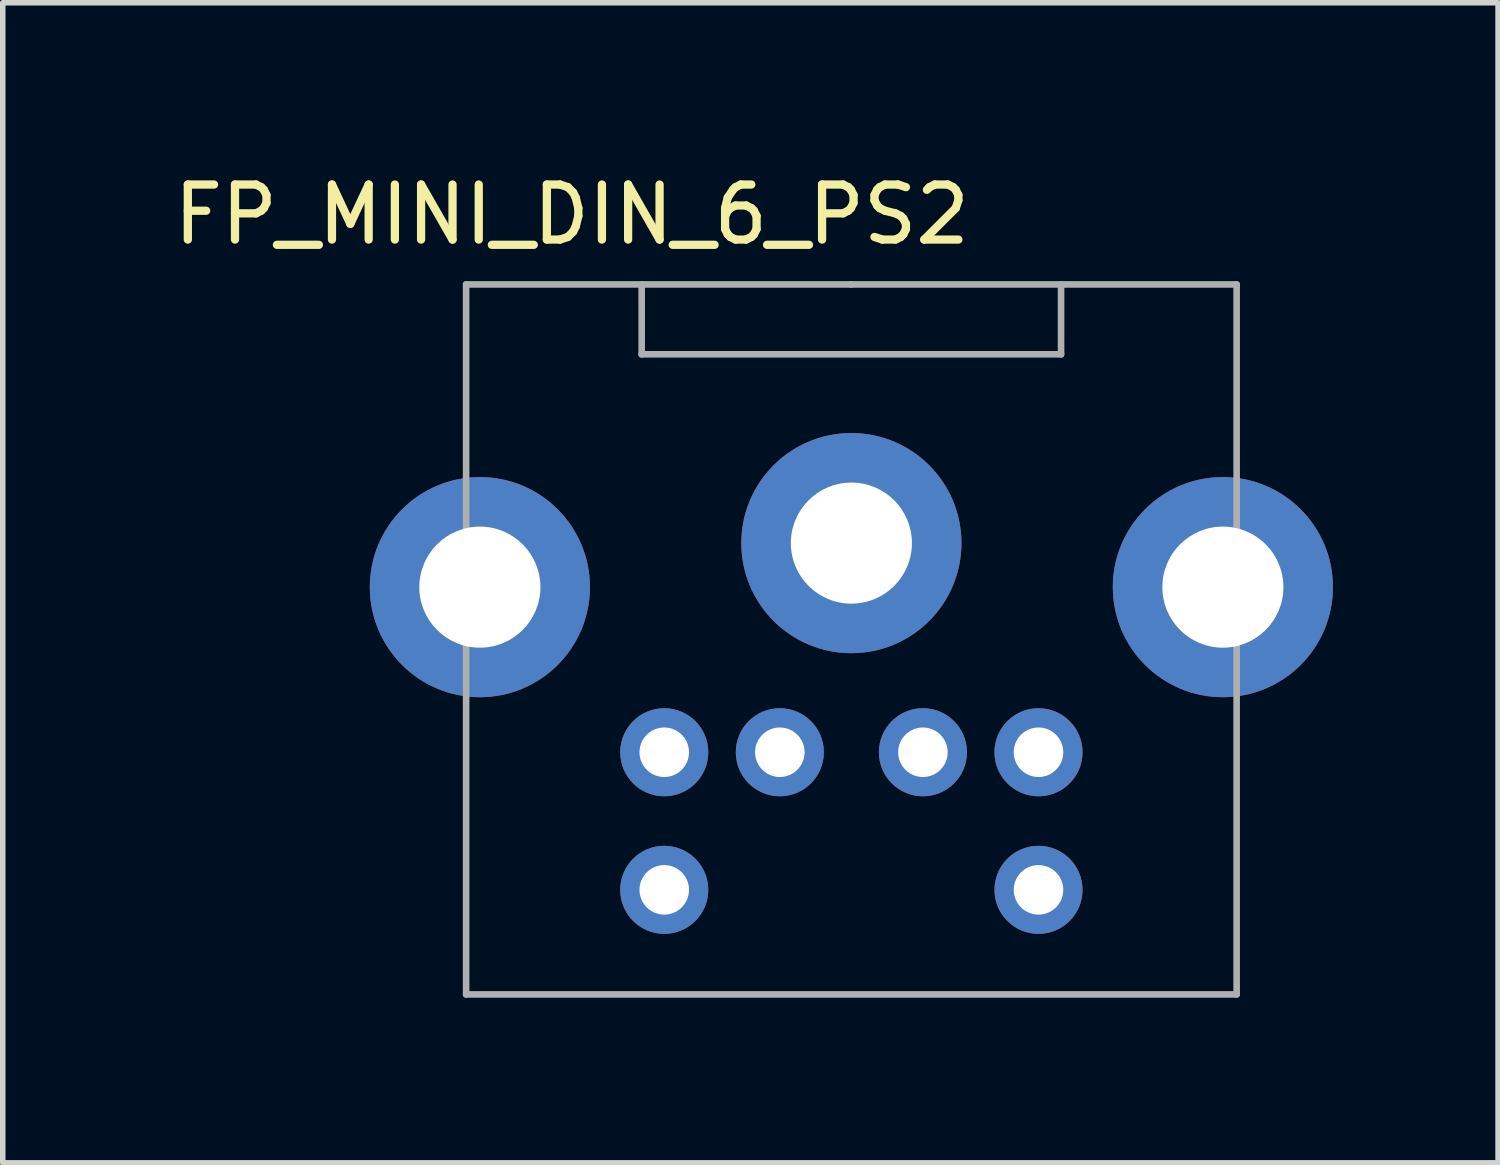
<source format=kicad_pcb>
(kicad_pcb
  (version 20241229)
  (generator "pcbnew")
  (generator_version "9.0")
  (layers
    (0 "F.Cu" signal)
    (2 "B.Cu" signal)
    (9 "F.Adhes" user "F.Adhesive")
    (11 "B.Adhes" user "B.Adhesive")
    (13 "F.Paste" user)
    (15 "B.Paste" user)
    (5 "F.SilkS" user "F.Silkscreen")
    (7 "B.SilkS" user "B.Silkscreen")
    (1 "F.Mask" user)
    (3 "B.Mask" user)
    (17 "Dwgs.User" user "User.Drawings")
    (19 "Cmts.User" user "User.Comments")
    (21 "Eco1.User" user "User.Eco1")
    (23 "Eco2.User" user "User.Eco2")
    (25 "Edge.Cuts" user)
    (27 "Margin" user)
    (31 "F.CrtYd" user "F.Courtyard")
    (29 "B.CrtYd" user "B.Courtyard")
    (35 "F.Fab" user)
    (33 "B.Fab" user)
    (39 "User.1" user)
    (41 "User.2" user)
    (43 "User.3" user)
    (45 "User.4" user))
  (footprint "FP_MINI_DIN_6_PS2"
    (layer "F.Cu")
    (at 12.419 2.118)
    (property "Reference" "FP_MINI_DIN_6_PS2" (at -5.08 -1.27 0) (layer "F.SilkS") (effects (font (size 1 1) (thickness 0.15))))
    (attr through_hole)
    (fp_line (start -7 0) (end -7 12.9) (stroke (width 0.12) (type solid)) (layer "F.Fab"))
    (fp_line (start -7 12.9) (end 7 12.9) (stroke (width 0.12) (type solid)) (layer "F.Fab"))
    (fp_line (start -3.81 0) (end -3.81 1.27) (stroke (width 0.12) (type solid)) (layer "F.Fab"))
    (fp_line (start -3.81 1.27) (end 3.81 1.27) (stroke (width 0.12) (type solid)) (layer "F.Fab"))
    (fp_line (start 0 0) (end -7 0) (stroke (width 0.12) (type solid)) (layer "F.Fab"))
    (fp_line (start 0 0) (end 7 0) (stroke (width 0.12) (type solid)) (layer "F.Fab"))
    (fp_line (start 3.81 1.27) (end 3.81 0) (stroke (width 0.12) (type solid)) (layer "F.Fab"))
    (fp_line (start 7 0) (end 7 12.9) (stroke (width 0.12) (type solid)) (layer "F.Fab"))
    (pad "" thru_hole circle (at -6.75 5.5) (size 4 4) (drill 2.2) (layers "*.Cu" "*.Mask"))
    (pad "" thru_hole circle (at 0 4.7) (size 4 4) (drill 2.2) (layers "*.Cu" "*.Mask"))
    (pad "" thru_hole circle (at 6.75 5.5) (size 4 4) (drill 2.2) (layers "*.Cu" "*.Mask"))
    (pad "1" thru_hole circle (at -1.3 8.5) (size 1.6 1.6) (drill 0.9) (layers "*.Cu" "*.Mask"))
    (pad "2" thru_hole circle (at 1.3 8.5) (size 1.6 1.6) (drill 0.9) (layers "*.Cu" "*.Mask"))
    (pad "3" thru_hole circle (at -3.4 8.5) (size 1.6 1.6) (drill 0.9) (layers "*.Cu" "*.Mask"))
    (pad "4" thru_hole circle (at 3.4 8.5) (size 1.6 1.6) (drill 0.9) (layers "*.Cu" "*.Mask"))
    (pad "5" thru_hole circle (at -3.4 11) (size 1.6 1.6) (drill 0.9) (layers "*.Cu" "*.Mask"))
    (pad "6" thru_hole circle (at 3.4 11) (size 1.6 1.6) (drill 0.9) (layers "*.Cu" "*.Mask")))
  (gr_rect
    (start -3 -3)
    (end 24.169 18.078)
    (stroke (width 0.1) (type default))
    (fill no)
    (layer "Edge.Cuts")))
</source>
